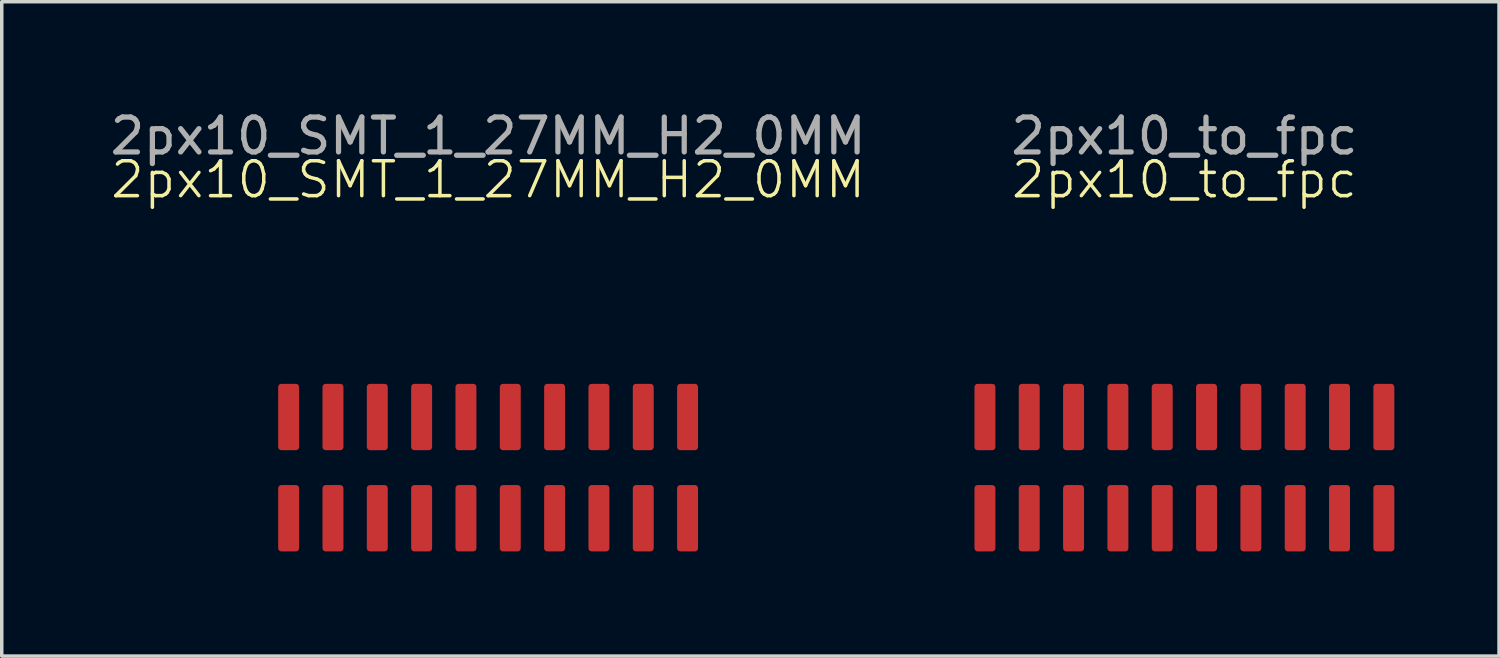
<source format=kicad_pcb>
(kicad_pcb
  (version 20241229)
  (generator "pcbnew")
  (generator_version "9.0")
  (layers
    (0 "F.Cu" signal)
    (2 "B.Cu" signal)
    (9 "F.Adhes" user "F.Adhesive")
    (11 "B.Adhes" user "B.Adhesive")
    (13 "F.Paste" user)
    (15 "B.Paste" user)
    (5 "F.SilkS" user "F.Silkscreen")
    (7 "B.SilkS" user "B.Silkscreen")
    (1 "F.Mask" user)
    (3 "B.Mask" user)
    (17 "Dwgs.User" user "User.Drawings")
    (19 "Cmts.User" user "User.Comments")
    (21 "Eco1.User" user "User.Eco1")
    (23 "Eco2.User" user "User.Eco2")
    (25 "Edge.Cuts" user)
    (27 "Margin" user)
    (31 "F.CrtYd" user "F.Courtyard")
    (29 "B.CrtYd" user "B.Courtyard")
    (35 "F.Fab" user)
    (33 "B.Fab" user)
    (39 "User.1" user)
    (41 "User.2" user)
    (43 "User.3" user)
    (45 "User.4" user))
  (footprint "2px10_SMT_1_27MM_H2_0MM"
    (layer "F.Cu")
    (at 10.935 10.348)
    (property "Reference" "2px10_SMT_1_27MM_H2_0MM" (at 0 -8.25 0) (unlocked yes) (layer "F.SilkS") (effects (font (size 1 1) (thickness 0.1))))
    (attr smd)
    (fp_text user "${REFERENCE}" (at 0 -9.5 0) (unlocked yes) (layer "F.Fab") (effects (font (size 1 1) (thickness 0.15))))
    (pad "1" smd roundrect (at -5.715 1.45) (size 0.6 1.9) (layers "F.Cu" "F.Mask" "F.Paste") (roundrect_rratio 0.15))
    (pad "2" smd roundrect (at -5.715 -1.45) (size 0.6 1.9) (layers "F.Cu" "F.Mask" "F.Paste") (roundrect_rratio 0.15))
    (pad "3" smd roundrect (at -4.445 1.45) (size 0.6 1.9) (layers "F.Cu" "F.Mask" "F.Paste") (roundrect_rratio 0.15))
    (pad "4" smd roundrect (at -4.445 -1.45) (size 0.6 1.9) (layers "F.Cu" "F.Mask" "F.Paste") (roundrect_rratio 0.15))
    (pad "5" smd roundrect (at -3.175 1.45) (size 0.6 1.9) (layers "F.Cu" "F.Mask" "F.Paste") (roundrect_rratio 0.15))
    (pad "6" smd roundrect (at -3.175 -1.45) (size 0.6 1.9) (layers "F.Cu" "F.Mask" "F.Paste") (roundrect_rratio 0.15))
    (pad "7" smd roundrect (at -1.905 1.45) (size 0.6 1.9) (layers "F.Cu" "F.Mask" "F.Paste") (roundrect_rratio 0.15))
    (pad "8" smd roundrect (at -1.905 -1.45) (size 0.6 1.9) (layers "F.Cu" "F.Mask" "F.Paste") (roundrect_rratio 0.15))
    (pad "9" smd roundrect (at -0.635 1.45) (size 0.6 1.9) (layers "F.Cu" "F.Mask" "F.Paste") (roundrect_rratio 0.15))
    (pad "10" smd roundrect (at -0.635 -1.45) (size 0.6 1.9) (layers "F.Cu" "F.Mask" "F.Paste") (roundrect_rratio 0.15))
    (pad "11" smd roundrect (at 0.635 1.45) (size 0.6 1.9) (layers "F.Cu" "F.Mask" "F.Paste") (roundrect_rratio 0.15))
    (pad "12" smd roundrect (at 0.635 -1.45) (size 0.6 1.9) (layers "F.Cu" "F.Mask" "F.Paste") (roundrect_rratio 0.15))
    (pad "13" smd roundrect (at 1.905 1.45) (size 0.6 1.9) (layers "F.Cu" "F.Mask" "F.Paste") (roundrect_rratio 0.15))
    (pad "14" smd roundrect (at 1.905 -1.45) (size 0.6 1.9) (layers "F.Cu" "F.Mask" "F.Paste") (roundrect_rratio 0.15))
    (pad "15" smd roundrect (at 3.175 1.45) (size 0.6 1.9) (layers "F.Cu" "F.Mask" "F.Paste") (roundrect_rratio 0.15))
    (pad "16" smd roundrect (at 3.175 -1.45) (size 0.6 1.9) (layers "F.Cu" "F.Mask" "F.Paste") (roundrect_rratio 0.15))
    (pad "17" smd roundrect (at 4.445 1.45) (size 0.6 1.9) (layers "F.Cu" "F.Mask" "F.Paste") (roundrect_rratio 0.15))
    (pad "18" smd roundrect (at 4.445 -1.45) (size 0.6 1.9) (layers "F.Cu" "F.Mask" "F.Paste") (roundrect_rratio 0.15))
    (pad "19" smd roundrect (at 5.715 1.45) (size 0.6 1.9) (layers "F.Cu" "F.Mask" "F.Paste") (roundrect_rratio 0.15))
    (pad "20" smd roundrect (at 5.715 -1.45) (size 0.6 1.9) (layers "F.Cu" "F.Mask" "F.Paste") (roundrect_rratio 0.15)))
  (footprint "2px10_to_fpc"
    (layer "F.Cu")
    (at 30.884 10.348)
    (property "Reference" "2px10_to_fpc" (at 0 -8.25 0) (unlocked yes) (layer "F.SilkS") (effects (font (size 1 1) (thickness 0.1))))
    (attr smd)
    (fp_text user "${REFERENCE}" (at 0 -9.5 0) (unlocked yes) (layer "F.Fab") (effects (font (size 1 1) (thickness 0.15))))
    (pad "1" smd roundrect (at -5.715 -1.45) (size 0.6 1.9) (layers "F.Cu" "F.Mask" "F.Paste") (roundrect_rratio 0.15))
    (pad "2" smd roundrect (at -5.715 1.45) (size 0.6 1.9) (layers "F.Cu" "F.Mask" "F.Paste") (roundrect_rratio 0.15))
    (pad "3" smd roundrect (at -4.445 -1.45) (size 0.6 1.9) (layers "F.Cu" "F.Mask" "F.Paste") (roundrect_rratio 0.15))
    (pad "4" smd roundrect (at -4.445 1.45) (size 0.6 1.9) (layers "F.Cu" "F.Mask" "F.Paste") (roundrect_rratio 0.15))
    (pad "5" smd roundrect (at -3.175 -1.45) (size 0.6 1.9) (layers "F.Cu" "F.Mask" "F.Paste") (roundrect_rratio 0.15))
    (pad "6" smd roundrect (at -3.175 1.45) (size 0.6 1.9) (layers "F.Cu" "F.Mask" "F.Paste") (roundrect_rratio 0.15))
    (pad "7" smd roundrect (at -1.905 -1.45) (size 0.6 1.9) (layers "F.Cu" "F.Mask" "F.Paste") (roundrect_rratio 0.15))
    (pad "8" smd roundrect (at -1.905 1.45) (size 0.6 1.9) (layers "F.Cu" "F.Mask" "F.Paste") (roundrect_rratio 0.15))
    (pad "9" smd roundrect (at -0.635 -1.45) (size 0.6 1.9) (layers "F.Cu" "F.Mask" "F.Paste") (roundrect_rratio 0.15))
    (pad "10" smd roundrect (at -0.635 1.45) (size 0.6 1.9) (layers "F.Cu" "F.Mask" "F.Paste") (roundrect_rratio 0.15))
    (pad "11" smd roundrect (at 0.635 -1.45) (size 0.6 1.9) (layers "F.Cu" "F.Mask" "F.Paste") (roundrect_rratio 0.15))
    (pad "12" smd roundrect (at 0.635 1.45) (size 0.6 1.9) (layers "F.Cu" "F.Mask" "F.Paste") (roundrect_rratio 0.15))
    (pad "13" smd roundrect (at 1.905 -1.45) (size 0.6 1.9) (layers "F.Cu" "F.Mask" "F.Paste") (roundrect_rratio 0.15))
    (pad "14" smd roundrect (at 1.905 1.45) (size 0.6 1.9) (layers "F.Cu" "F.Mask" "F.Paste") (roundrect_rratio 0.15))
    (pad "15" smd roundrect (at 3.175 -1.45) (size 0.6 1.9) (layers "F.Cu" "F.Mask" "F.Paste") (roundrect_rratio 0.15))
    (pad "16" smd roundrect (at 3.175 1.45) (size 0.6 1.9) (layers "F.Cu" "F.Mask" "F.Paste") (roundrect_rratio 0.15))
    (pad "17" smd roundrect (at 4.445 -1.45) (size 0.6 1.9) (layers "F.Cu" "F.Mask" "F.Paste") (roundrect_rratio 0.15))
    (pad "18" smd roundrect (at 4.445 1.45) (size 0.6 1.9) (layers "F.Cu" "F.Mask" "F.Paste") (roundrect_rratio 0.15))
    (pad "19" smd roundrect (at 5.715 -1.45) (size 0.6 1.9) (layers "F.Cu" "F.Mask" "F.Paste") (roundrect_rratio 0.15))
    (pad "20" smd roundrect (at 5.715 1.45) (size 0.6 1.9) (layers "F.Cu" "F.Mask" "F.Paste") (roundrect_rratio 0.15)))
  (gr_rect
    (start -3 -3)
    (end 39.899 15.748)
    (stroke (width 0.1) (type default))
    (fill no)
    (layer "Edge.Cuts")))
</source>
